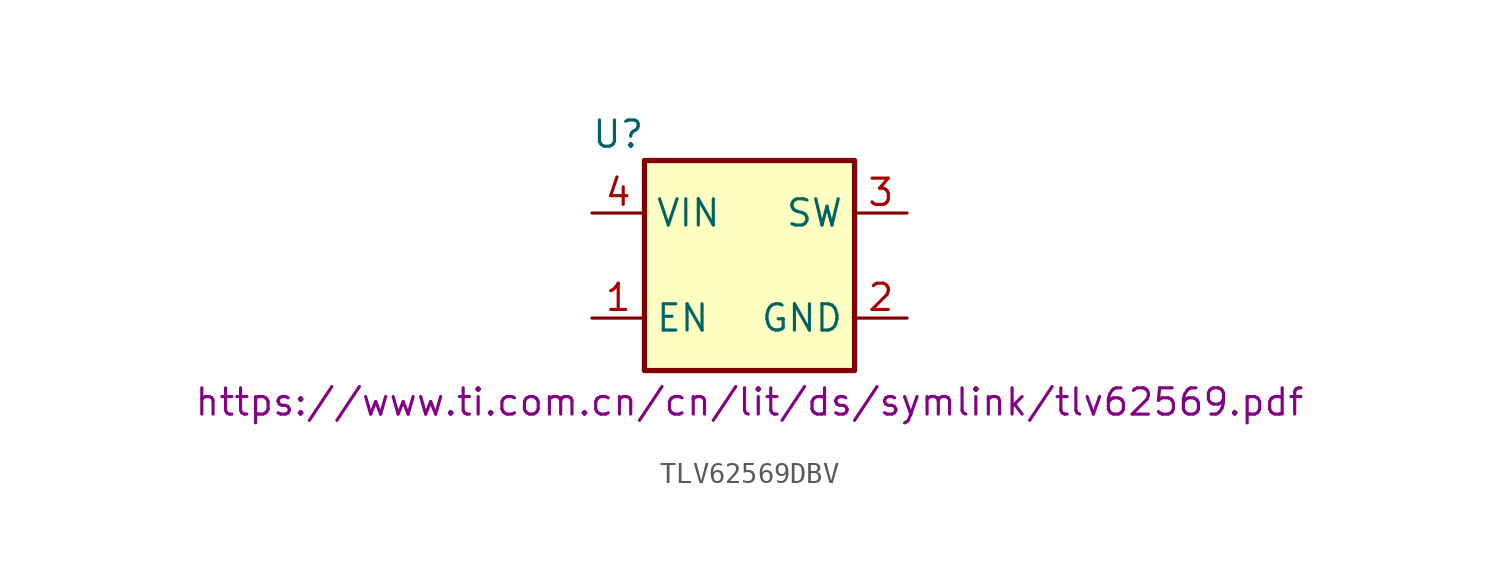
<source format=kicad_sym>
(kicad_symbol_lib
  (version 20241209)
  (generator "kicad_symbol_editor")
  (generator_version "9.0")
  (symbol "TLV62569DBV"
    (property "Reference" "U"
      (at -6.35 6.35 0)
      (effects (font (size 1.27 1.27))))
    (property "Value" ""
      (at -6.35 6.35 0)
      (effects (font (size 1.27 1.27))))
    (property "Datasheet" "https://www.ti.com.cn/cn/lit/ds/symlink/tlv62569.pdf"
      (at 0 -6.604 0)
      (effects (font (size 1.27 1.27))))
    (symbol "TLV62569DBV_0_1"
      (rectangle (start -5.08 5.08) (end 5.08 -5.08) (stroke (width 0.254) (type default)) (fill (type background))))
    (symbol "TLV62569DBV_1_1"
      (pin power_in line (at -7.62 2.54 0) (length 2.54) (name "VIN" (effects (font (size 1.27 1.27)))) (number "4" (effects (font (size 1.27 1.27)))))
      (pin input line (at -7.62 -2.54 0) (length 2.54) (name "EN" (effects (font (size 1.27 1.27)))) (number "1" (effects (font (size 1.27 1.27)))))
      (pin power_out line (at 7.62 2.54 180) (length 2.54) (name "SW" (effects (font (size 1.27 1.27)))) (number "3" (effects (font (size 1.27 1.27)))))
      (pin power_in line (at 7.62 -2.54 180) (length 2.54) (name "GND" (effects (font (size 1.27 1.27)))) (number "2" (effects (font (size 1.27 1.27))))))))
</source>
